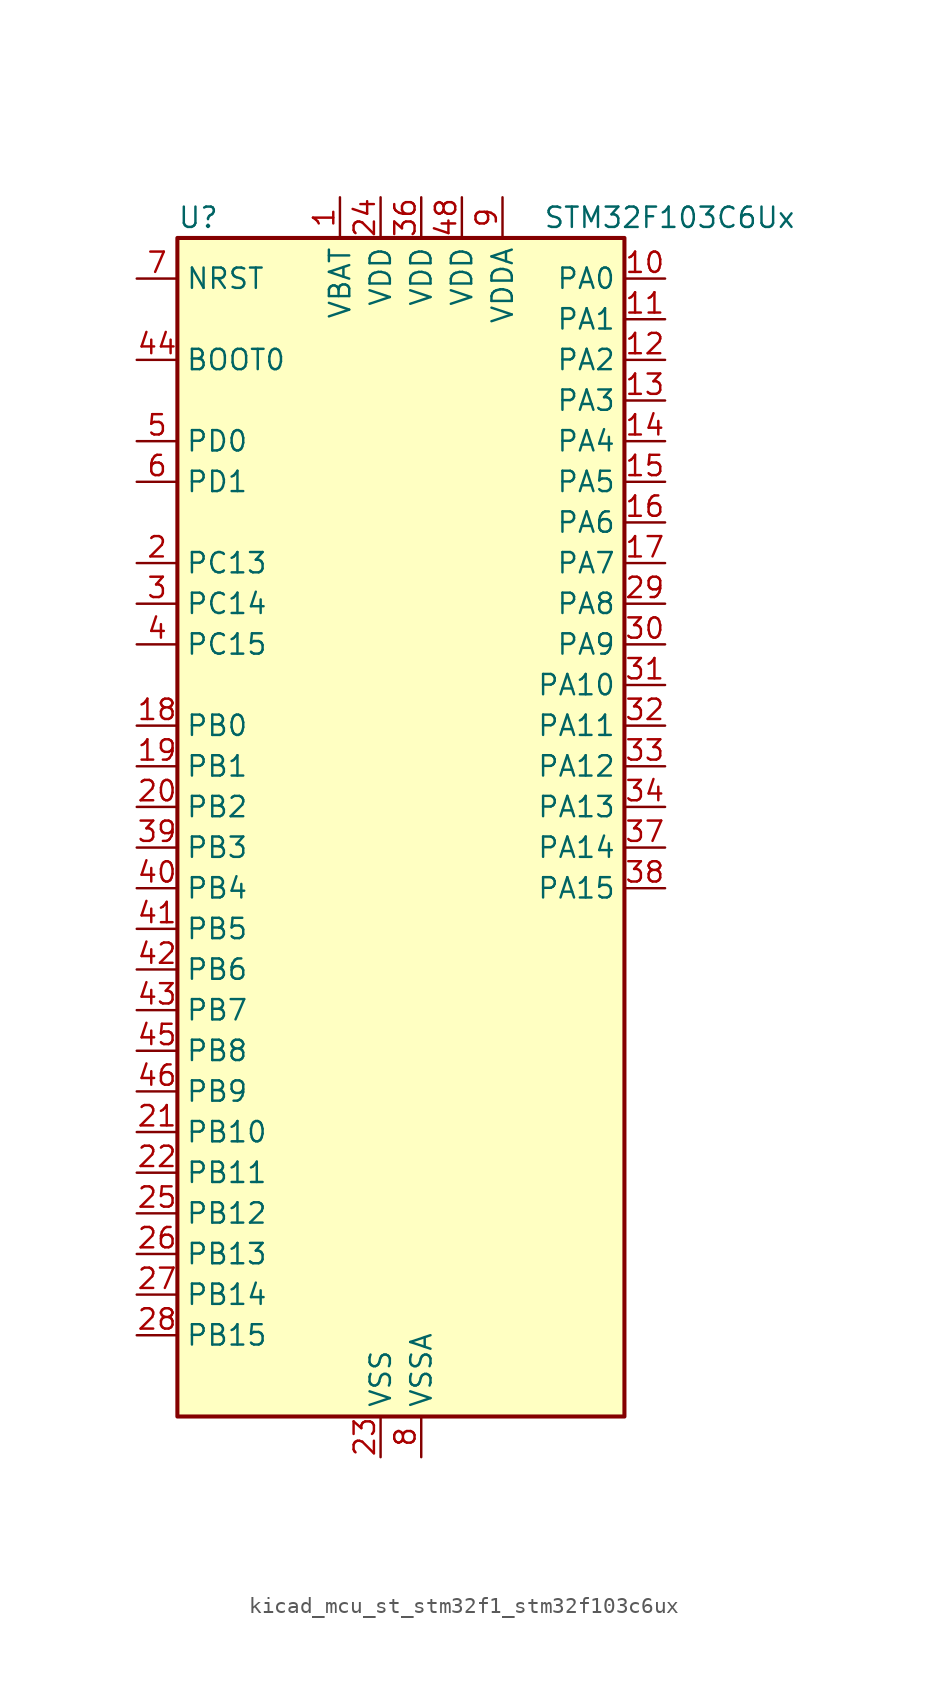
<source format=kicad_sym>
(kicad_symbol_lib
  (version 20220914)
  (generator kicad_symbol_editor)
  (symbol "kicad_mcu_st_stm32f1_stm32f103c6ux"
    (property "Reference" "U"
      (at -12.7 39.37 0)
      (effects (font (size 1.27 1.27)) (justify left)))
    (property "Value" "STM32F103C6Ux"
      (at 10.16 39.37 0)
      (effects (font (size 1.27 1.27)) (justify left)))
    (property "ki_locked" ""
      (at 0 0 0)
      (effects (font (size 1.27 1.27))))
    (symbol "kicad_mcu_st_stm32f1_stm32f103c6ux_0_1"
      (rectangle (start -12.7 -35.56) (end 15.24 38.1) (stroke (width 0.254) (type default)) (fill (type background))))
    (symbol "kicad_mcu_st_stm32f1_stm32f103c6ux_1_1"
      (pin power_in line (at -2.54 40.64 270) (length 2.54) (name "VBAT" (effects (font (size 1.27 1.27)))) (number "1" (effects (font (size 1.27 1.27)))))
      (pin bidirectional line (at 17.78 35.56 180) (length 2.54) (name "PA0" (effects (font (size 1.27 1.27)))) (number "10" (effects (font (size 1.27 1.27)))) (alternate "ADC1_IN0" bidirectional line) (alternate "ADC2_IN0" bidirectional line) (alternate "SYS_WKUP" bidirectional line) (alternate "TIM2_CH1" bidirectional line) (alternate "TIM2_ETR" bidirectional line) (alternate "USART2_CTS" bidirectional line))
      (pin bidirectional line (at 17.78 33.02 180) (length 2.54) (name "PA1" (effects (font (size 1.27 1.27)))) (number "11" (effects (font (size 1.27 1.27)))) (alternate "ADC1_IN1" bidirectional line) (alternate "ADC2_IN1" bidirectional line) (alternate "TIM2_CH2" bidirectional line) (alternate "USART2_RTS" bidirectional line))
      (pin bidirectional line (at 17.78 30.48 180) (length 2.54) (name "PA2" (effects (font (size 1.27 1.27)))) (number "12" (effects (font (size 1.27 1.27)))) (alternate "ADC1_IN2" bidirectional line) (alternate "ADC2_IN2" bidirectional line) (alternate "TIM2_CH3" bidirectional line) (alternate "USART2_TX" bidirectional line))
      (pin bidirectional line (at 17.78 27.94 180) (length 2.54) (name "PA3" (effects (font (size 1.27 1.27)))) (number "13" (effects (font (size 1.27 1.27)))) (alternate "ADC1_IN3" bidirectional line) (alternate "ADC2_IN3" bidirectional line) (alternate "TIM2_CH4" bidirectional line) (alternate "USART2_RX" bidirectional line))
      (pin bidirectional line (at 17.78 25.4 180) (length 2.54) (name "PA4" (effects (font (size 1.27 1.27)))) (number "14" (effects (font (size 1.27 1.27)))) (alternate "ADC1_IN4" bidirectional line) (alternate "ADC2_IN4" bidirectional line) (alternate "SPI1_NSS" bidirectional line) (alternate "USART2_CK" bidirectional line))
      (pin bidirectional line (at 17.78 22.86 180) (length 2.54) (name "PA5" (effects (font (size 1.27 1.27)))) (number "15" (effects (font (size 1.27 1.27)))) (alternate "ADC1_IN5" bidirectional line) (alternate "ADC2_IN5" bidirectional line) (alternate "SPI1_SCK" bidirectional line))
      (pin bidirectional line (at 17.78 20.32 180) (length 2.54) (name "PA6" (effects (font (size 1.27 1.27)))) (number "16" (effects (font (size 1.27 1.27)))) (alternate "ADC1_IN6" bidirectional line) (alternate "ADC2_IN6" bidirectional line) (alternate "SPI1_MISO" bidirectional line) (alternate "TIM1_BKIN" bidirectional line) (alternate "TIM3_CH1" bidirectional line))
      (pin bidirectional line (at 17.78 17.78 180) (length 2.54) (name "PA7" (effects (font (size 1.27 1.27)))) (number "17" (effects (font (size 1.27 1.27)))) (alternate "ADC1_IN7" bidirectional line) (alternate "ADC2_IN7" bidirectional line) (alternate "SPI1_MOSI" bidirectional line) (alternate "TIM1_CH1N" bidirectional line) (alternate "TIM3_CH2" bidirectional line))
      (pin bidirectional line (at -15.24 7.62 0) (length 2.54) (name "PB0" (effects (font (size 1.27 1.27)))) (number "18" (effects (font (size 1.27 1.27)))) (alternate "ADC1_IN8" bidirectional line) (alternate "ADC2_IN8" bidirectional line) (alternate "TIM1_CH2N" bidirectional line) (alternate "TIM3_CH3" bidirectional line))
      (pin bidirectional line (at -15.24 5.08 0) (length 2.54) (name "PB1" (effects (font (size 1.27 1.27)))) (number "19" (effects (font (size 1.27 1.27)))) (alternate "ADC1_IN9" bidirectional line) (alternate "ADC2_IN9" bidirectional line) (alternate "TIM1_CH3N" bidirectional line) (alternate "TIM3_CH4" bidirectional line))
      (pin bidirectional line (at -15.24 17.78 0) (length 2.54) (name "PC13" (effects (font (size 1.27 1.27)))) (number "2" (effects (font (size 1.27 1.27)))) (alternate "RTC_OUT" bidirectional line) (alternate "RTC_TAMPER" bidirectional line))
      (pin bidirectional line (at -15.24 2.54 0) (length 2.54) (name "PB2" (effects (font (size 1.27 1.27)))) (number "20" (effects (font (size 1.27 1.27)))))
      (pin bidirectional line (at -15.24 -17.78 0) (length 2.54) (name "PB10" (effects (font (size 1.27 1.27)))) (number "21" (effects (font (size 1.27 1.27)))) (alternate "TIM2_CH3" bidirectional line))
      (pin bidirectional line (at -15.24 -20.32 0) (length 2.54) (name "PB11" (effects (font (size 1.27 1.27)))) (number "22" (effects (font (size 1.27 1.27)))) (alternate "ADC1_EXTI11" bidirectional line) (alternate "ADC2_EXTI11" bidirectional line) (alternate "TIM2_CH4" bidirectional line))
      (pin power_in line (at 0 -38.1 90) (length 2.54) (name "VSS" (effects (font (size 1.27 1.27)))) (number "23" (effects (font (size 1.27 1.27)))))
      (pin power_in line (at 0 40.64 270) (length 2.54) (name "VDD" (effects (font (size 1.27 1.27)))) (number "24" (effects (font (size 1.27 1.27)))))
      (pin bidirectional line (at -15.24 -22.86 0) (length 2.54) (name "PB12" (effects (font (size 1.27 1.27)))) (number "25" (effects (font (size 1.27 1.27)))) (alternate "TIM1_BKIN" bidirectional line))
      (pin bidirectional line (at -15.24 -25.4 0) (length 2.54) (name "PB13" (effects (font (size 1.27 1.27)))) (number "26" (effects (font (size 1.27 1.27)))) (alternate "TIM1_CH1N" bidirectional line))
      (pin bidirectional line (at -15.24 -27.94 0) (length 2.54) (name "PB14" (effects (font (size 1.27 1.27)))) (number "27" (effects (font (size 1.27 1.27)))) (alternate "TIM1_CH2N" bidirectional line))
      (pin bidirectional line (at -15.24 -30.48 0) (length 2.54) (name "PB15" (effects (font (size 1.27 1.27)))) (number "28" (effects (font (size 1.27 1.27)))) (alternate "ADC1_EXTI15" bidirectional line) (alternate "ADC2_EXTI15" bidirectional line) (alternate "TIM1_CH3N" bidirectional line))
      (pin bidirectional line (at 17.78 15.24 180) (length 2.54) (name "PA8" (effects (font (size 1.27 1.27)))) (number "29" (effects (font (size 1.27 1.27)))) (alternate "RCC_MCO" bidirectional line) (alternate "TIM1_CH1" bidirectional line) (alternate "USART1_CK" bidirectional line))
      (pin bidirectional line (at -15.24 15.24 0) (length 2.54) (name "PC14" (effects (font (size 1.27 1.27)))) (number "3" (effects (font (size 1.27 1.27)))) (alternate "RCC_OSC32_IN" bidirectional line))
      (pin bidirectional line (at 17.78 12.7 180) (length 2.54) (name "PA9" (effects (font (size 1.27 1.27)))) (number "30" (effects (font (size 1.27 1.27)))) (alternate "TIM1_CH2" bidirectional line) (alternate "USART1_TX" bidirectional line))
      (pin bidirectional line (at 17.78 10.16 180) (length 2.54) (name "PA10" (effects (font (size 1.27 1.27)))) (number "31" (effects (font (size 1.27 1.27)))) (alternate "TIM1_CH3" bidirectional line) (alternate "USART1_RX" bidirectional line))
      (pin bidirectional line (at 17.78 7.62 180) (length 2.54) (name "PA11" (effects (font (size 1.27 1.27)))) (number "32" (effects (font (size 1.27 1.27)))) (alternate "ADC1_EXTI11" bidirectional line) (alternate "ADC2_EXTI11" bidirectional line) (alternate "CAN_RX" bidirectional line) (alternate "TIM1_CH4" bidirectional line) (alternate "USART1_CTS" bidirectional line) (alternate "USB_DM" bidirectional line))
      (pin bidirectional line (at 17.78 5.08 180) (length 2.54) (name "PA12" (effects (font (size 1.27 1.27)))) (number "33" (effects (font (size 1.27 1.27)))) (alternate "CAN_TX" bidirectional line) (alternate "TIM1_ETR" bidirectional line) (alternate "USART1_RTS" bidirectional line) (alternate "USB_DP" bidirectional line))
      (pin bidirectional line (at 17.78 2.54 180) (length 2.54) (name "PA13" (effects (font (size 1.27 1.27)))) (number "34" (effects (font (size 1.27 1.27)))) (alternate "SYS_JTMS-SWDIO" bidirectional line))
      (pin passive line (at 0 -38.1 90) (length 2.54) hide (name "VSS" (effects (font (size 1.27 1.27)))) (number "35" (effects (font (size 1.27 1.27)))))
      (pin power_in line (at 2.54 40.64 270) (length 2.54) (name "VDD" (effects (font (size 1.27 1.27)))) (number "36" (effects (font (size 1.27 1.27)))))
      (pin bidirectional line (at 17.78 0 180) (length 2.54) (name "PA14" (effects (font (size 1.27 1.27)))) (number "37" (effects (font (size 1.27 1.27)))) (alternate "SYS_JTCK-SWCLK" bidirectional line))
      (pin bidirectional line (at 17.78 -2.54 180) (length 2.54) (name "PA15" (effects (font (size 1.27 1.27)))) (number "38" (effects (font (size 1.27 1.27)))) (alternate "ADC1_EXTI15" bidirectional line) (alternate "ADC2_EXTI15" bidirectional line) (alternate "SPI1_NSS" bidirectional line) (alternate "SYS_JTDI" bidirectional line) (alternate "TIM2_CH1" bidirectional line) (alternate "TIM2_ETR" bidirectional line))
      (pin bidirectional line (at -15.24 0 0) (length 2.54) (name "PB3" (effects (font (size 1.27 1.27)))) (number "39" (effects (font (size 1.27 1.27)))) (alternate "SPI1_SCK" bidirectional line) (alternate "SYS_JTDO-TRACESWO" bidirectional line) (alternate "TIM2_CH2" bidirectional line))
      (pin bidirectional line (at -15.24 12.7 0) (length 2.54) (name "PC15" (effects (font (size 1.27 1.27)))) (number "4" (effects (font (size 1.27 1.27)))) (alternate "ADC1_EXTI15" bidirectional line) (alternate "ADC2_EXTI15" bidirectional line) (alternate "RCC_OSC32_OUT" bidirectional line))
      (pin bidirectional line (at -15.24 -2.54 0) (length 2.54) (name "PB4" (effects (font (size 1.27 1.27)))) (number "40" (effects (font (size 1.27 1.27)))) (alternate "SPI1_MISO" bidirectional line) (alternate "SYS_NJTRST" bidirectional line) (alternate "TIM3_CH1" bidirectional line))
      (pin bidirectional line (at -15.24 -5.08 0) (length 2.54) (name "PB5" (effects (font (size 1.27 1.27)))) (number "41" (effects (font (size 1.27 1.27)))) (alternate "I2C1_SMBA" bidirectional line) (alternate "SPI1_MOSI" bidirectional line) (alternate "TIM3_CH2" bidirectional line))
      (pin bidirectional line (at -15.24 -7.62 0) (length 2.54) (name "PB6" (effects (font (size 1.27 1.27)))) (number "42" (effects (font (size 1.27 1.27)))) (alternate "I2C1_SCL" bidirectional line) (alternate "USART1_TX" bidirectional line))
      (pin bidirectional line (at -15.24 -10.16 0) (length 2.54) (name "PB7" (effects (font (size 1.27 1.27)))) (number "43" (effects (font (size 1.27 1.27)))) (alternate "I2C1_SDA" bidirectional line) (alternate "USART1_RX" bidirectional line))
      (pin input line (at -15.24 30.48 0) (length 2.54) (name "BOOT0" (effects (font (size 1.27 1.27)))) (number "44" (effects (font (size 1.27 1.27)))))
      (pin bidirectional line (at -15.24 -12.7 0) (length 2.54) (name "PB8" (effects (font (size 1.27 1.27)))) (number "45" (effects (font (size 1.27 1.27)))) (alternate "CAN_RX" bidirectional line) (alternate "I2C1_SCL" bidirectional line))
      (pin bidirectional line (at -15.24 -15.24 0) (length 2.54) (name "PB9" (effects (font (size 1.27 1.27)))) (number "46" (effects (font (size 1.27 1.27)))) (alternate "CAN_TX" bidirectional line) (alternate "I2C1_SDA" bidirectional line))
      (pin passive line (at 0 -38.1 90) (length 2.54) hide (name "VSS" (effects (font (size 1.27 1.27)))) (number "47" (effects (font (size 1.27 1.27)))))
      (pin power_in line (at 5.08 40.64 270) (length 2.54) (name "VDD" (effects (font (size 1.27 1.27)))) (number "48" (effects (font (size 1.27 1.27)))))
      (pin passive line (at 0 -38.1 90) (length 2.54) hide (name "VSS" (effects (font (size 1.27 1.27)))) (number "49" (effects (font (size 1.27 1.27)))))
      (pin bidirectional line (at -15.24 25.4 0) (length 2.54) (name "PD0" (effects (font (size 1.27 1.27)))) (number "5" (effects (font (size 1.27 1.27)))) (alternate "RCC_OSC_IN" bidirectional line))
      (pin bidirectional line (at -15.24 22.86 0) (length 2.54) (name "PD1" (effects (font (size 1.27 1.27)))) (number "6" (effects (font (size 1.27 1.27)))) (alternate "RCC_OSC_OUT" bidirectional line))
      (pin input line (at -15.24 35.56 0) (length 2.54) (name "NRST" (effects (font (size 1.27 1.27)))) (number "7" (effects (font (size 1.27 1.27)))))
      (pin power_in line (at 2.54 -38.1 90) (length 2.54) (name "VSSA" (effects (font (size 1.27 1.27)))) (number "8" (effects (font (size 1.27 1.27)))))
      (pin power_in line (at 7.62 40.64 270) (length 2.54) (name "VDDA" (effects (font (size 1.27 1.27)))) (number "9" (effects (font (size 1.27 1.27))))))))
</source>
